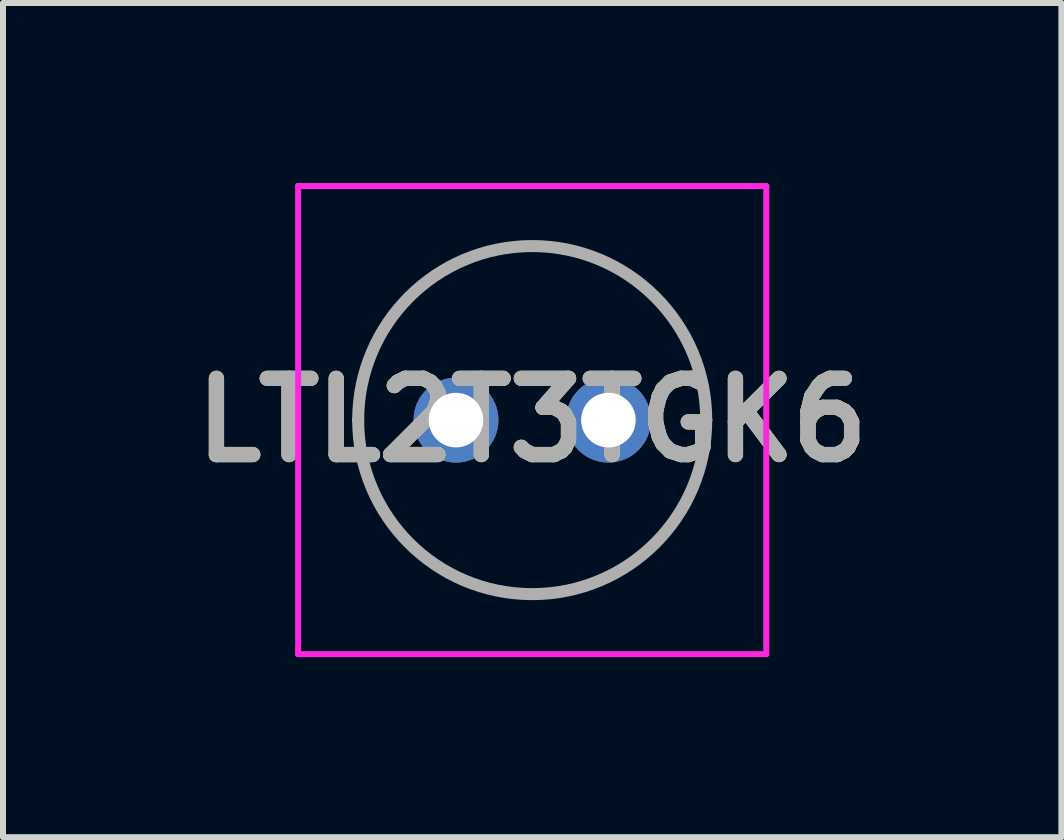
<source format=kicad_pcb>
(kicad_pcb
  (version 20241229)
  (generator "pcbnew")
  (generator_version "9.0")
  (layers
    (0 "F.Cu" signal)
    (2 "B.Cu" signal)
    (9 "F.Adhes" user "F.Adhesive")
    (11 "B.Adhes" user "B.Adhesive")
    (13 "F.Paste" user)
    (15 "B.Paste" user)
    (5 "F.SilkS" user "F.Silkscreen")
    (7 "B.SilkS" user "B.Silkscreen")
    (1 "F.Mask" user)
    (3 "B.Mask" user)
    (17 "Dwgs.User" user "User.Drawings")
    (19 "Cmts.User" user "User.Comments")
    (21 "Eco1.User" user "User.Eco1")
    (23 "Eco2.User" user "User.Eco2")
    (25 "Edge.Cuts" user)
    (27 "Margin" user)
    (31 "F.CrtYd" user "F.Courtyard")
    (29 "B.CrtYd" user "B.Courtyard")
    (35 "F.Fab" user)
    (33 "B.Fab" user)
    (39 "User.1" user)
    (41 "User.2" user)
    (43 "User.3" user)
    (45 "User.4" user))
  (footprint "LTL2T3TGK6"
    (layer "F.Cu")
    (at 4.548 3.95)
    (property "Reference" "LTL2T3TGK6" (at 1.27 0 0) (layer "F.SilkS") (effects (font (size 1.27 1.27) (thickness 0.254))))
    (attr through_hole)
    (fp_line (start -1.63 0) (end -1.63 0) (stroke (width 0.1) (type solid)) (layer "F.SilkS"))
    (fp_line (start 4.17 0) (end 4.17 0) (stroke (width 0.1) (type solid)) (layer "F.SilkS"))
    (fp_arc (start -1.63 0) (mid 1.27 -2.9) (end 4.17 0) (stroke (width 0.1) (type solid)) (layer "F.SilkS"))
    (fp_arc (start 4.17 0) (mid 1.27 2.9) (end -1.63 0) (stroke (width 0.1) (type solid)) (layer "F.SilkS"))
    (fp_line (start -2.63 -3.9) (end 5.17 -3.9) (stroke (width 0.1) (type solid)) (layer "F.CrtYd"))
    (fp_line (start -2.63 3.9) (end -2.63 -3.9) (stroke (width 0.1) (type solid)) (layer "F.CrtYd"))
    (fp_line (start 5.17 -3.9) (end 5.17 3.9) (stroke (width 0.1) (type solid)) (layer "F.CrtYd"))
    (fp_line (start 5.17 3.9) (end -2.63 3.9) (stroke (width 0.1) (type solid)) (layer "F.CrtYd"))
    (fp_line (start -1.63 0) (end -1.63 0) (stroke (width 0.2) (type solid)) (layer "F.Fab"))
    (fp_line (start 4.17 0) (end 4.17 0) (stroke (width 0.2) (type solid)) (layer "F.Fab"))
    (fp_arc (start -1.63 0) (mid 1.27 -2.9) (end 4.17 0) (stroke (width 0.2) (type solid)) (layer "F.Fab"))
    (fp_arc (start 4.17 0) (mid 1.27 2.9) (end -1.63 0) (stroke (width 0.2) (type solid)) (layer "F.Fab"))
    (fp_text user "${REFERENCE}" (at 1.27 0 0) (layer "F.Fab") (effects (font (size 1.27 1.27) (thickness 0.254))))
    (pad "1" thru_hole circle (at 0 0) (size 1.416 1.416) (drill 0.91) (layers "*.Cu" "*.Mask"))
    (pad "2" thru_hole circle (at 2.54 0) (size 1.416 1.416) (drill 0.91) (layers "*.Cu" "*.Mask")))
  (gr_rect
    (start -3 -3)
    (end 14.636 10.9)
    (stroke (width 0.1) (type default))
    (fill no)
    (layer "Edge.Cuts")))
</source>
